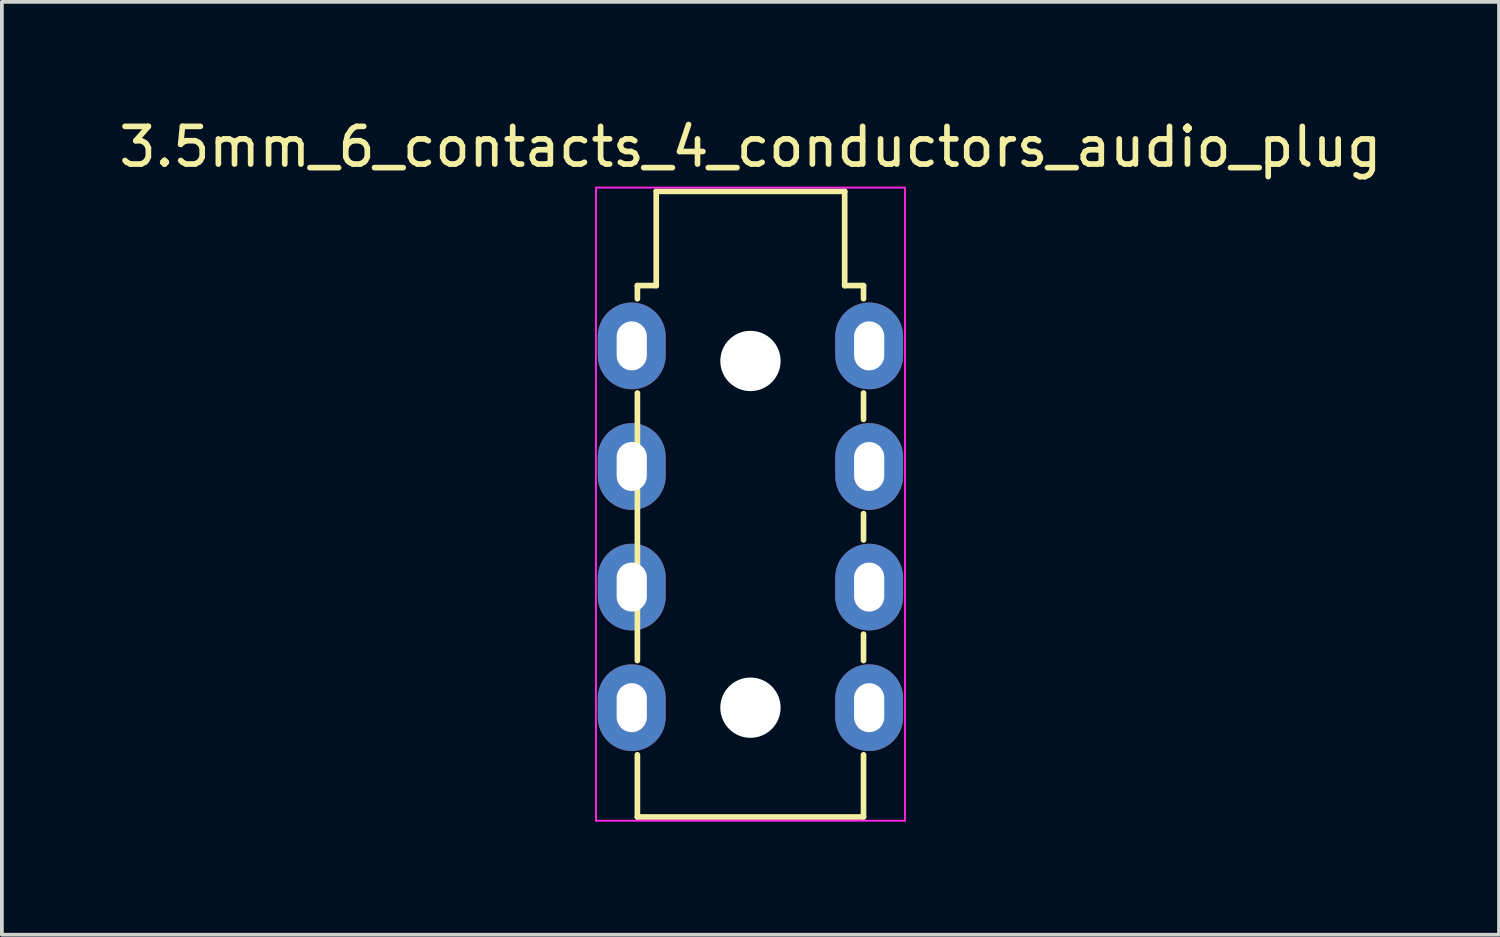
<source format=kicad_pcb>
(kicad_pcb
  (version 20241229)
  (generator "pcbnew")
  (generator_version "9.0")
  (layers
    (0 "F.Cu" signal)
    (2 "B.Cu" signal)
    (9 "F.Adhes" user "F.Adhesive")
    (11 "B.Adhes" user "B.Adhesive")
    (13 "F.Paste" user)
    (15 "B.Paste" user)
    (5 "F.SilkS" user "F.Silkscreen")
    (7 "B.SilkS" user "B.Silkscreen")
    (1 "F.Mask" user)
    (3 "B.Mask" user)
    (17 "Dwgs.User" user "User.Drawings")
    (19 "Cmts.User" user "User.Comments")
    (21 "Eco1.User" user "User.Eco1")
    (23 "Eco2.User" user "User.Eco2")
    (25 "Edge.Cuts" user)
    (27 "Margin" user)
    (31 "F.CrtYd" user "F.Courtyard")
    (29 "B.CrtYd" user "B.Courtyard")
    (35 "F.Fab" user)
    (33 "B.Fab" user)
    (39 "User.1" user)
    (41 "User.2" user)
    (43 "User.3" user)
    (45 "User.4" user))
  (footprint "3.5mm_6_contacts_4_conductors_audio_plug"
    (layer "F.Cu")
    (at 20.013 15.728)
    (property "Reference" "3.5mm_6_contacts_4_conductors_audio_plug" (at -3.15 -14.88 0) (layer "F.SilkS") (effects (font (size 1 1) (thickness 0.15))))
    (attr through_hole)
    (fp_line (start -6.15 -11.2) (end -6.15 -10.85) (stroke (width 0.15) (type solid)) (layer "F.SilkS"))
    (fp_line (start -6.15 -11.2) (end -5.65 -11.2) (stroke (width 0.15) (type solid)) (layer "F.SilkS"))
    (fp_line (start -6.15 -1.25) (end -6.15 -8.35) (stroke (width 0.15) (type solid)) (layer "F.SilkS"))
    (fp_line (start -6.15 1.25) (end -6.15 2.9) (stroke (width 0.15) (type solid)) (layer "F.SilkS"))
    (fp_line (start -5.65 -13.7) (end -5.65 -11.2) (stroke (width 0.15) (type solid)) (layer "F.SilkS"))
    (fp_line (start -5.65 -13.7) (end -0.65 -13.7) (stroke (width 0.15) (type solid)) (layer "F.SilkS"))
    (fp_line (start -0.65 -13.7) (end -0.65 -11.2) (stroke (width 0.15) (type solid)) (layer "F.SilkS"))
    (fp_line (start -0.65 -11.2) (end -0.15 -11.2) (stroke (width 0.15) (type solid)) (layer "F.SilkS"))
    (fp_line (start -0.15 -11.2) (end -0.15 -10.85) (stroke (width 0.15) (type solid)) (layer "F.SilkS"))
    (fp_line (start -0.15 -8.35) (end -0.15 -7.65) (stroke (width 0.15) (type solid)) (layer "F.SilkS"))
    (fp_line (start -0.15 -5.15) (end -0.15 -4.45) (stroke (width 0.15) (type solid)) (layer "F.SilkS"))
    (fp_line (start -0.15 -1.95) (end -0.15 -1.25) (stroke (width 0.15) (type solid)) (layer "F.SilkS"))
    (fp_line (start -0.15 1.25) (end -0.15 2.9) (stroke (width 0.15) (type solid)) (layer "F.SilkS"))
    (fp_line (start -0.15 2.9) (end -6.15 2.9) (stroke (width 0.15) (type solid)) (layer "F.SilkS"))
    (fp_line (start -7.25 -13.8) (end 0.95 -13.8) (stroke (width 0.05) (type solid)) (layer "F.CrtYd"))
    (fp_line (start -7.25 3) (end -7.25 -13.8) (stroke (width 0.05) (type solid)) (layer "F.CrtYd"))
    (fp_line (start 0.95 -13.8) (end 0.95 3) (stroke (width 0.05) (type solid)) (layer "F.CrtYd"))
    (fp_line (start 0.95 3) (end -7.25 3) (stroke (width 0.05) (type solid)) (layer "F.CrtYd"))
    (pad "" np_thru_hole circle (at -3.15 -9.2) (size 1.6 1.6) (drill 1.6) (layers "*.Cu" "*.Mask"))
    (pad "" np_thru_hole circle (at -3.15 0) (size 1.6 1.6) (drill 1.6) (layers "*.Cu" "*.Mask"))
    (pad "1" thru_hole oval (at -6.3 0) (size 1.8 2.3) (drill oval 0.8 1.3) (layers "*.Cu" "*.Mask"))
    (pad "1" thru_hole oval (at 0 0) (size 1.8 2.3) (drill oval 0.8 1.3) (layers "*.Cu" "*.Mask"))
    (pad "2" thru_hole oval (at -6.3 -3.2) (size 1.8 2.3) (drill oval 0.8 1.3) (layers "*.Cu" "*.Mask"))
    (pad "2" thru_hole oval (at 0 -3.2) (size 1.8 2.3) (drill oval 0.8 1.3) (layers "*.Cu" "*.Mask"))
    (pad "3" thru_hole oval (at -6.3 -6.4) (size 1.8 2.3) (drill oval 0.8 1.3) (layers "*.Cu" "*.Mask"))
    (pad "3" thru_hole oval (at 0 -6.4) (size 1.8 2.3) (drill oval 0.8 1.3) (layers "*.Cu" "*.Mask"))
    (pad "4" thru_hole oval (at -6.3 -9.6) (size 1.8 2.3) (drill oval 0.8 1.3) (layers "*.Cu" "*.Mask"))
    (pad "4" thru_hole oval (at 0 -9.6) (size 1.8 2.3) (drill oval 0.8 1.3) (layers "*.Cu" "*.Mask")))
  (gr_rect
    (start -3 -3)
    (end 36.726 21.753)
    (stroke (width 0.1) (type default))
    (fill no)
    (layer "Edge.Cuts")))
</source>
